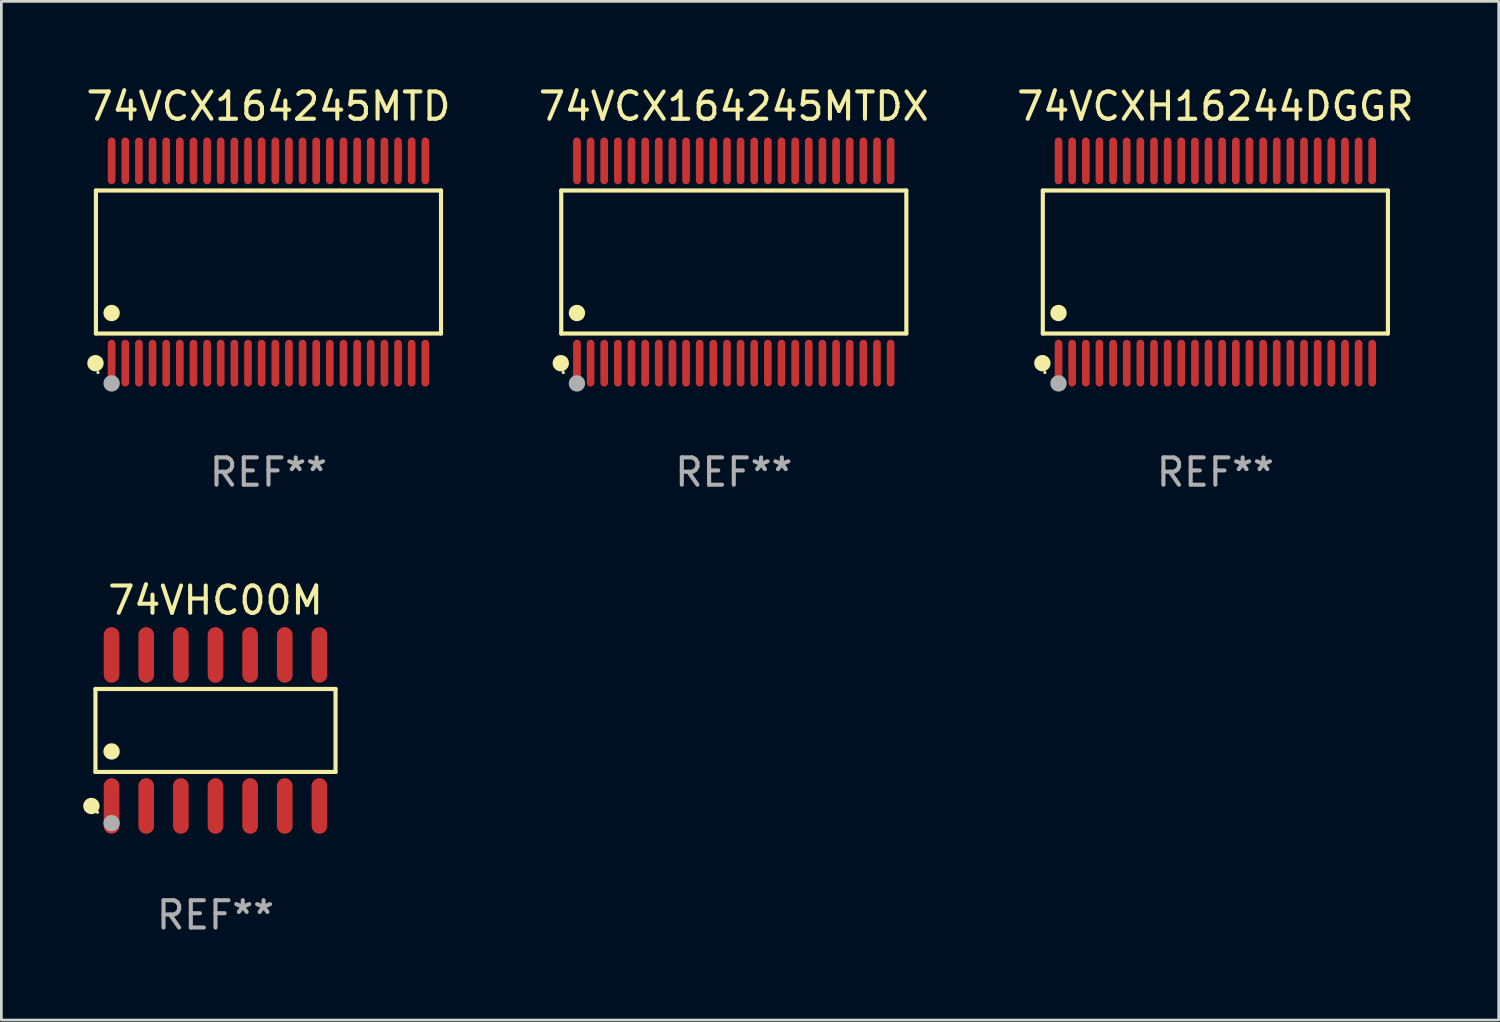
<source format=kicad_pcb>
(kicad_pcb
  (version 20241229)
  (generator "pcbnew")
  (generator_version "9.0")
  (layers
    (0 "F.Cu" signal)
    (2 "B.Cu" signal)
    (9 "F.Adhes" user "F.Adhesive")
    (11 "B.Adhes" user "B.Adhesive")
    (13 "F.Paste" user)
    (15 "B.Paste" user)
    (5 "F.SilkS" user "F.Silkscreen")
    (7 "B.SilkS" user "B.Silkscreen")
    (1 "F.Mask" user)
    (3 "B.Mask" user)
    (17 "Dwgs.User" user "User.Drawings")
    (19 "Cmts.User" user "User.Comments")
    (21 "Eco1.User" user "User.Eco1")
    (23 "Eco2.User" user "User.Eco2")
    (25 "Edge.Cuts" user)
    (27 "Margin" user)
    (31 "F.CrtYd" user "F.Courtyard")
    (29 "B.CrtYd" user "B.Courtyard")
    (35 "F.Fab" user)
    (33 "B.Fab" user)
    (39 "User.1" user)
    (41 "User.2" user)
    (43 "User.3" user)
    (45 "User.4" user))
  (footprint "74VHC00M"
    (layer "F.Cu")
    (at 4.85 23.729)
    (property "Reference" "74VHC00M" (at 0 -4.769 0) (layer "F.SilkS") (effects (font (size 1 1) (thickness 0.15))))
    (attr through_hole)
    (fp_line (start -4.401 -1.521) (end 4.401 -1.521) (stroke (width 0.152) (type solid)) (layer "F.SilkS"))
    (fp_line (start -4.401 1.521) (end -4.401 -1.521) (stroke (width 0.152) (type solid)) (layer "F.SilkS"))
    (fp_line (start 4.401 -1.521) (end 4.401 1.521) (stroke (width 0.152) (type solid)) (layer "F.SilkS"))
    (fp_line (start 4.401 1.521) (end -4.401 1.521) (stroke (width 0.152) (type solid)) (layer "F.SilkS"))
    (fp_circle (center -4.549 2.769) (end -4.399 2.769) (stroke (width 0.3) (type solid)) (fill no) (layer "F.SilkS"))
    (fp_circle (center -4.325 3) (end -4.295 3) (stroke (width 0.06) (type solid)) (fill no) (layer "F.SilkS"))
    (fp_circle (center -3.81 0.769) (end -3.66 0.769) (stroke (width 0.3) (type solid)) (fill no) (layer "F.SilkS"))
    (fp_circle (center -3.81 3.4) (end -3.66 3.4) (stroke (width 0.3) (type solid)) (fill no) (layer "F.Fab"))
    (fp_text user "REF**" (at 0 6.769 0) (layer "F.Fab") (effects (font (size 1 1) (thickness 0.15))))
    (pad "1" smd oval (at -3.81 2.769) (size 0.574 2.038) (layers "F.Cu" "F.Mask" "F.Paste"))
    (pad "2" smd oval (at -2.54 2.769) (size 0.574 2.038) (layers "F.Cu" "F.Mask" "F.Paste"))
    (pad "3" smd oval (at -1.27 2.769) (size 0.574 2.038) (layers "F.Cu" "F.Mask" "F.Paste"))
    (pad "4" smd oval (at 0 2.769) (size 0.574 2.038) (layers "F.Cu" "F.Mask" "F.Paste"))
    (pad "5" smd oval (at 1.27 2.769) (size 0.574 2.038) (layers "F.Cu" "F.Mask" "F.Paste"))
    (pad "6" smd oval (at 2.54 2.769) (size 0.574 2.038) (layers "F.Cu" "F.Mask" "F.Paste"))
    (pad "7" smd oval (at 3.81 2.769) (size 0.574 2.038) (layers "F.Cu" "F.Mask" "F.Paste"))
    (pad "8" smd oval (at 3.81 -2.769) (size 0.574 2.038) (layers "F.Cu" "F.Mask" "F.Paste"))
    (pad "9" smd oval (at 2.54 -2.769) (size 0.574 2.038) (layers "F.Cu" "F.Mask" "F.Paste"))
    (pad "10" smd oval (at 1.27 -2.769) (size 0.574 2.038) (layers "F.Cu" "F.Mask" "F.Paste"))
    (pad "11" smd oval (at 0 -2.769) (size 0.574 2.038) (layers "F.Cu" "F.Mask" "F.Paste"))
    (pad "12" smd oval (at -1.27 -2.769) (size 0.574 2.038) (layers "F.Cu" "F.Mask" "F.Paste"))
    (pad "13" smd oval (at -2.54 -2.769) (size 0.574 2.038) (layers "F.Cu" "F.Mask" "F.Paste"))
    (pad "14" smd oval (at -3.81 -2.769) (size 0.574 2.038) (layers "F.Cu" "F.Mask" "F.Paste")))
  (footprint "74VCX164245MTD"
    (layer "F.Cu")
    (at 6.792 6.556)
    (property "Reference" "74VCX164245MTD" (at 0 -5.708 0) (layer "F.SilkS") (effects (font (size 1 1) (thickness 0.15))))
    (attr through_hole)
    (fp_line (start -6.326 -2.622) (end 6.326 -2.622) (stroke (width 0.152) (type solid)) (layer "F.SilkS"))
    (fp_line (start -6.326 2.621) (end -6.326 -2.622) (stroke (width 0.152) (type solid)) (layer "F.SilkS"))
    (fp_line (start 6.326 -2.622) (end 6.326 2.621) (stroke (width 0.152) (type solid)) (layer "F.SilkS"))
    (fp_line (start 6.326 2.621) (end -6.326 2.621) (stroke (width 0.152) (type solid)) (layer "F.SilkS"))
    (fp_circle (center -6.342 3.708) (end -6.192 3.708) (stroke (width 0.3) (type solid)) (fill no) (layer "F.SilkS"))
    (fp_circle (center -6.25 4.05) (end -6.22 4.05) (stroke (width 0.06) (type solid)) (fill no) (layer "F.SilkS"))
    (fp_circle (center -5.75 1.869) (end -5.6 1.869) (stroke (width 0.3) (type solid)) (fill no) (layer "F.SilkS"))
    (fp_circle (center -5.75 4.45) (end -5.6 4.45) (stroke (width 0.3) (type solid)) (fill no) (layer "F.Fab"))
    (fp_text user "REF**" (at 0 7.708 0) (layer "F.Fab") (effects (font (size 1 1) (thickness 0.15))))
    (pad "1" smd oval (at -5.75 3.708) (size 0.28 1.715) (layers "F.Cu" "F.Mask" "F.Paste"))
    (pad "2" smd oval (at -5.25 3.708) (size 0.28 1.715) (layers "F.Cu" "F.Mask" "F.Paste"))
    (pad "3" smd oval (at -4.75 3.708) (size 0.28 1.715) (layers "F.Cu" "F.Mask" "F.Paste"))
    (pad "4" smd oval (at -4.25 3.708) (size 0.28 1.715) (layers "F.Cu" "F.Mask" "F.Paste"))
    (pad "5" smd oval (at -3.75 3.708) (size 0.28 1.715) (layers "F.Cu" "F.Mask" "F.Paste"))
    (pad "6" smd oval (at -3.25 3.708) (size 0.28 1.715) (layers "F.Cu" "F.Mask" "F.Paste"))
    (pad "7" smd oval (at -2.75 3.708) (size 0.28 1.715) (layers "F.Cu" "F.Mask" "F.Paste"))
    (pad "8" smd oval (at -2.25 3.708) (size 0.28 1.715) (layers "F.Cu" "F.Mask" "F.Paste"))
    (pad "9" smd oval (at -1.75 3.708) (size 0.28 1.715) (layers "F.Cu" "F.Mask" "F.Paste"))
    (pad "10" smd oval (at -1.25 3.708) (size 0.28 1.715) (layers "F.Cu" "F.Mask" "F.Paste"))
    (pad "11" smd oval (at -0.75 3.708) (size 0.28 1.715) (layers "F.Cu" "F.Mask" "F.Paste"))
    (pad "12" smd oval (at -0.25 3.708) (size 0.28 1.715) (layers "F.Cu" "F.Mask" "F.Paste"))
    (pad "13" smd oval (at 0.25 3.708) (size 0.28 1.715) (layers "F.Cu" "F.Mask" "F.Paste"))
    (pad "14" smd oval (at 0.75 3.708) (size 0.28 1.715) (layers "F.Cu" "F.Mask" "F.Paste"))
    (pad "15" smd oval (at 1.25 3.708) (size 0.28 1.715) (layers "F.Cu" "F.Mask" "F.Paste"))
    (pad "16" smd oval (at 1.75 3.708) (size 0.28 1.715) (layers "F.Cu" "F.Mask" "F.Paste"))
    (pad "17" smd oval (at 2.25 3.708) (size 0.28 1.715) (layers "F.Cu" "F.Mask" "F.Paste"))
    (pad "18" smd oval (at 2.75 3.708) (size 0.28 1.715) (layers "F.Cu" "F.Mask" "F.Paste"))
    (pad "19" smd oval (at 3.25 3.708) (size 0.28 1.715) (layers "F.Cu" "F.Mask" "F.Paste"))
    (pad "20" smd oval (at 3.75 3.708) (size 0.28 1.715) (layers "F.Cu" "F.Mask" "F.Paste"))
    (pad "21" smd oval (at 4.25 3.708) (size 0.28 1.715) (layers "F.Cu" "F.Mask" "F.Paste"))
    (pad "22" smd oval (at 4.75 3.708) (size 0.28 1.715) (layers "F.Cu" "F.Mask" "F.Paste"))
    (pad "23" smd oval (at 5.25 3.708) (size 0.28 1.715) (layers "F.Cu" "F.Mask" "F.Paste"))
    (pad "24" smd oval (at 5.75 3.708) (size 0.28 1.715) (layers "F.Cu" "F.Mask" "F.Paste"))
    (pad "25" smd oval (at 5.75 -3.708) (size 0.28 1.715) (layers "F.Cu" "F.Mask" "F.Paste"))
    (pad "26" smd oval (at 5.25 -3.708) (size 0.28 1.715) (layers "F.Cu" "F.Mask" "F.Paste"))
    (pad "27" smd oval (at 4.75 -3.708) (size 0.28 1.715) (layers "F.Cu" "F.Mask" "F.Paste"))
    (pad "28" smd oval (at 4.25 -3.708) (size 0.28 1.715) (layers "F.Cu" "F.Mask" "F.Paste"))
    (pad "29" smd oval (at 3.75 -3.708) (size 0.28 1.715) (layers "F.Cu" "F.Mask" "F.Paste"))
    (pad "30" smd oval (at 3.25 -3.708) (size 0.28 1.715) (layers "F.Cu" "F.Mask" "F.Paste"))
    (pad "31" smd oval (at 2.75 -3.708) (size 0.28 1.715) (layers "F.Cu" "F.Mask" "F.Paste"))
    (pad "32" smd oval (at 2.25 -3.708) (size 0.28 1.715) (layers "F.Cu" "F.Mask" "F.Paste"))
    (pad "33" smd oval (at 1.75 -3.708) (size 0.28 1.715) (layers "F.Cu" "F.Mask" "F.Paste"))
    (pad "34" smd oval (at 1.25 -3.708) (size 0.28 1.715) (layers "F.Cu" "F.Mask" "F.Paste"))
    (pad "35" smd oval (at 0.75 -3.708) (size 0.28 1.715) (layers "F.Cu" "F.Mask" "F.Paste"))
    (pad "36" smd oval (at 0.25 -3.708) (size 0.28 1.715) (layers "F.Cu" "F.Mask" "F.Paste"))
    (pad "37" smd oval (at -0.25 -3.708) (size 0.28 1.715) (layers "F.Cu" "F.Mask" "F.Paste"))
    (pad "38" smd oval (at -0.75 -3.708) (size 0.28 1.715) (layers "F.Cu" "F.Mask" "F.Paste"))
    (pad "39" smd oval (at -1.25 -3.708) (size 0.28 1.715) (layers "F.Cu" "F.Mask" "F.Paste"))
    (pad "40" smd oval (at -1.75 -3.708) (size 0.28 1.715) (layers "F.Cu" "F.Mask" "F.Paste"))
    (pad "41" smd oval (at -2.25 -3.708) (size 0.28 1.715) (layers "F.Cu" "F.Mask" "F.Paste"))
    (pad "42" smd oval (at -2.75 -3.708) (size 0.28 1.715) (layers "F.Cu" "F.Mask" "F.Paste"))
    (pad "43" smd oval (at -3.25 -3.708) (size 0.28 1.715) (layers "F.Cu" "F.Mask" "F.Paste"))
    (pad "44" smd oval (at -3.75 -3.708) (size 0.28 1.715) (layers "F.Cu" "F.Mask" "F.Paste"))
    (pad "45" smd oval (at -4.25 -3.708) (size 0.28 1.715) (layers "F.Cu" "F.Mask" "F.Paste"))
    (pad "46" smd oval (at -4.75 -3.708) (size 0.28 1.715) (layers "F.Cu" "F.Mask" "F.Paste"))
    (pad "47" smd oval (at -5.25 -3.708) (size 0.28 1.715) (layers "F.Cu" "F.Mask" "F.Paste"))
    (pad "48" smd oval (at -5.75 -3.708) (size 0.28 1.715) (layers "F.Cu" "F.Mask" "F.Paste")))
  (footprint "74VCX164245MTDX"
    (layer "F.Cu")
    (at 23.851 6.556)
    (property "Reference" "74VCX164245MTDX" (at 0 -5.708 0) (layer "F.SilkS") (effects (font (size 1 1) (thickness 0.15))))
    (attr through_hole)
    (fp_line (start -6.326 -2.622) (end 6.326 -2.622) (stroke (width 0.152) (type solid)) (layer "F.SilkS"))
    (fp_line (start -6.326 2.621) (end -6.326 -2.622) (stroke (width 0.152) (type solid)) (layer "F.SilkS"))
    (fp_line (start 6.326 -2.622) (end 6.326 2.621) (stroke (width 0.152) (type solid)) (layer "F.SilkS"))
    (fp_line (start 6.326 2.621) (end -6.326 2.621) (stroke (width 0.152) (type solid)) (layer "F.SilkS"))
    (fp_circle (center -6.342 3.708) (end -6.192 3.708) (stroke (width 0.3) (type solid)) (fill no) (layer "F.SilkS"))
    (fp_circle (center -6.25 4.05) (end -6.22 4.05) (stroke (width 0.06) (type solid)) (fill no) (layer "F.SilkS"))
    (fp_circle (center -5.75 1.869) (end -5.6 1.869) (stroke (width 0.3) (type solid)) (fill no) (layer "F.SilkS"))
    (fp_circle (center -5.75 4.45) (end -5.6 4.45) (stroke (width 0.3) (type solid)) (fill no) (layer "F.Fab"))
    (fp_text user "REF**" (at 0 7.708 0) (layer "F.Fab") (effects (font (size 1 1) (thickness 0.15))))
    (pad "1" smd oval (at -5.75 3.708) (size 0.28 1.715) (layers "F.Cu" "F.Mask" "F.Paste"))
    (pad "2" smd oval (at -5.25 3.708) (size 0.28 1.715) (layers "F.Cu" "F.Mask" "F.Paste"))
    (pad "3" smd oval (at -4.75 3.708) (size 0.28 1.715) (layers "F.Cu" "F.Mask" "F.Paste"))
    (pad "4" smd oval (at -4.25 3.708) (size 0.28 1.715) (layers "F.Cu" "F.Mask" "F.Paste"))
    (pad "5" smd oval (at -3.75 3.708) (size 0.28 1.715) (layers "F.Cu" "F.Mask" "F.Paste"))
    (pad "6" smd oval (at -3.25 3.708) (size 0.28 1.715) (layers "F.Cu" "F.Mask" "F.Paste"))
    (pad "7" smd oval (at -2.75 3.708) (size 0.28 1.715) (layers "F.Cu" "F.Mask" "F.Paste"))
    (pad "8" smd oval (at -2.25 3.708) (size 0.28 1.715) (layers "F.Cu" "F.Mask" "F.Paste"))
    (pad "9" smd oval (at -1.75 3.708) (size 0.28 1.715) (layers "F.Cu" "F.Mask" "F.Paste"))
    (pad "10" smd oval (at -1.25 3.708) (size 0.28 1.715) (layers "F.Cu" "F.Mask" "F.Paste"))
    (pad "11" smd oval (at -0.75 3.708) (size 0.28 1.715) (layers "F.Cu" "F.Mask" "F.Paste"))
    (pad "12" smd oval (at -0.25 3.708) (size 0.28 1.715) (layers "F.Cu" "F.Mask" "F.Paste"))
    (pad "13" smd oval (at 0.25 3.708) (size 0.28 1.715) (layers "F.Cu" "F.Mask" "F.Paste"))
    (pad "14" smd oval (at 0.75 3.708) (size 0.28 1.715) (layers "F.Cu" "F.Mask" "F.Paste"))
    (pad "15" smd oval (at 1.25 3.708) (size 0.28 1.715) (layers "F.Cu" "F.Mask" "F.Paste"))
    (pad "16" smd oval (at 1.75 3.708) (size 0.28 1.715) (layers "F.Cu" "F.Mask" "F.Paste"))
    (pad "17" smd oval (at 2.25 3.708) (size 0.28 1.715) (layers "F.Cu" "F.Mask" "F.Paste"))
    (pad "18" smd oval (at 2.75 3.708) (size 0.28 1.715) (layers "F.Cu" "F.Mask" "F.Paste"))
    (pad "19" smd oval (at 3.25 3.708) (size 0.28 1.715) (layers "F.Cu" "F.Mask" "F.Paste"))
    (pad "20" smd oval (at 3.75 3.708) (size 0.28 1.715) (layers "F.Cu" "F.Mask" "F.Paste"))
    (pad "21" smd oval (at 4.25 3.708) (size 0.28 1.715) (layers "F.Cu" "F.Mask" "F.Paste"))
    (pad "22" smd oval (at 4.75 3.708) (size 0.28 1.715) (layers "F.Cu" "F.Mask" "F.Paste"))
    (pad "23" smd oval (at 5.25 3.708) (size 0.28 1.715) (layers "F.Cu" "F.Mask" "F.Paste"))
    (pad "24" smd oval (at 5.75 3.708) (size 0.28 1.715) (layers "F.Cu" "F.Mask" "F.Paste"))
    (pad "25" smd oval (at 5.75 -3.708) (size 0.28 1.715) (layers "F.Cu" "F.Mask" "F.Paste"))
    (pad "26" smd oval (at 5.25 -3.708) (size 0.28 1.715) (layers "F.Cu" "F.Mask" "F.Paste"))
    (pad "27" smd oval (at 4.75 -3.708) (size 0.28 1.715) (layers "F.Cu" "F.Mask" "F.Paste"))
    (pad "28" smd oval (at 4.25 -3.708) (size 0.28 1.715) (layers "F.Cu" "F.Mask" "F.Paste"))
    (pad "29" smd oval (at 3.75 -3.708) (size 0.28 1.715) (layers "F.Cu" "F.Mask" "F.Paste"))
    (pad "30" smd oval (at 3.25 -3.708) (size 0.28 1.715) (layers "F.Cu" "F.Mask" "F.Paste"))
    (pad "31" smd oval (at 2.75 -3.708) (size 0.28 1.715) (layers "F.Cu" "F.Mask" "F.Paste"))
    (pad "32" smd oval (at 2.25 -3.708) (size 0.28 1.715) (layers "F.Cu" "F.Mask" "F.Paste"))
    (pad "33" smd oval (at 1.75 -3.708) (size 0.28 1.715) (layers "F.Cu" "F.Mask" "F.Paste"))
    (pad "34" smd oval (at 1.25 -3.708) (size 0.28 1.715) (layers "F.Cu" "F.Mask" "F.Paste"))
    (pad "35" smd oval (at 0.75 -3.708) (size 0.28 1.715) (layers "F.Cu" "F.Mask" "F.Paste"))
    (pad "36" smd oval (at 0.25 -3.708) (size 0.28 1.715) (layers "F.Cu" "F.Mask" "F.Paste"))
    (pad "37" smd oval (at -0.25 -3.708) (size 0.28 1.715) (layers "F.Cu" "F.Mask" "F.Paste"))
    (pad "38" smd oval (at -0.75 -3.708) (size 0.28 1.715) (layers "F.Cu" "F.Mask" "F.Paste"))
    (pad "39" smd oval (at -1.25 -3.708) (size 0.28 1.715) (layers "F.Cu" "F.Mask" "F.Paste"))
    (pad "40" smd oval (at -1.75 -3.708) (size 0.28 1.715) (layers "F.Cu" "F.Mask" "F.Paste"))
    (pad "41" smd oval (at -2.25 -3.708) (size 0.28 1.715) (layers "F.Cu" "F.Mask" "F.Paste"))
    (pad "42" smd oval (at -2.75 -3.708) (size 0.28 1.715) (layers "F.Cu" "F.Mask" "F.Paste"))
    (pad "43" smd oval (at -3.25 -3.708) (size 0.28 1.715) (layers "F.Cu" "F.Mask" "F.Paste"))
    (pad "44" smd oval (at -3.75 -3.708) (size 0.28 1.715) (layers "F.Cu" "F.Mask" "F.Paste"))
    (pad "45" smd oval (at -4.25 -3.708) (size 0.28 1.715) (layers "F.Cu" "F.Mask" "F.Paste"))
    (pad "46" smd oval (at -4.75 -3.708) (size 0.28 1.715) (layers "F.Cu" "F.Mask" "F.Paste"))
    (pad "47" smd oval (at -5.25 -3.708) (size 0.28 1.715) (layers "F.Cu" "F.Mask" "F.Paste"))
    (pad "48" smd oval (at -5.75 -3.708) (size 0.28 1.715) (layers "F.Cu" "F.Mask" "F.Paste")))
  (footprint "74VCXH16244DGGR"
    (layer "F.Cu")
    (at 41.506 6.556)
    (property "Reference" "74VCXH16244DGGR" (at 0 -5.708 0) (layer "F.SilkS") (effects (font (size 1 1) (thickness 0.15))))
    (attr through_hole)
    (fp_line (start -6.326 -2.622) (end 6.326 -2.622) (stroke (width 0.152) (type solid)) (layer "F.SilkS"))
    (fp_line (start -6.326 2.621) (end -6.326 -2.622) (stroke (width 0.152) (type solid)) (layer "F.SilkS"))
    (fp_line (start 6.326 -2.622) (end 6.326 2.621) (stroke (width 0.152) (type solid)) (layer "F.SilkS"))
    (fp_line (start 6.326 2.621) (end -6.326 2.621) (stroke (width 0.152) (type solid)) (layer "F.SilkS"))
    (fp_circle (center -6.342 3.708) (end -6.192 3.708) (stroke (width 0.3) (type solid)) (fill no) (layer "F.SilkS"))
    (fp_circle (center -6.25 4.05) (end -6.22 4.05) (stroke (width 0.06) (type solid)) (fill no) (layer "F.SilkS"))
    (fp_circle (center -5.75 1.869) (end -5.6 1.869) (stroke (width 0.3) (type solid)) (fill no) (layer "F.SilkS"))
    (fp_circle (center -5.75 4.45) (end -5.6 4.45) (stroke (width 0.3) (type solid)) (fill no) (layer "F.Fab"))
    (fp_text user "REF**" (at 0 7.708 0) (layer "F.Fab") (effects (font (size 1 1) (thickness 0.15))))
    (pad "1" smd oval (at -5.75 3.708) (size 0.28 1.715) (layers "F.Cu" "F.Mask" "F.Paste"))
    (pad "2" smd oval (at -5.25 3.708) (size 0.28 1.715) (layers "F.Cu" "F.Mask" "F.Paste"))
    (pad "3" smd oval (at -4.75 3.708) (size 0.28 1.715) (layers "F.Cu" "F.Mask" "F.Paste"))
    (pad "4" smd oval (at -4.25 3.708) (size 0.28 1.715) (layers "F.Cu" "F.Mask" "F.Paste"))
    (pad "5" smd oval (at -3.75 3.708) (size 0.28 1.715) (layers "F.Cu" "F.Mask" "F.Paste"))
    (pad "6" smd oval (at -3.25 3.708) (size 0.28 1.715) (layers "F.Cu" "F.Mask" "F.Paste"))
    (pad "7" smd oval (at -2.75 3.708) (size 0.28 1.715) (layers "F.Cu" "F.Mask" "F.Paste"))
    (pad "8" smd oval (at -2.25 3.708) (size 0.28 1.715) (layers "F.Cu" "F.Mask" "F.Paste"))
    (pad "9" smd oval (at -1.75 3.708) (size 0.28 1.715) (layers "F.Cu" "F.Mask" "F.Paste"))
    (pad "10" smd oval (at -1.25 3.708) (size 0.28 1.715) (layers "F.Cu" "F.Mask" "F.Paste"))
    (pad "11" smd oval (at -0.75 3.708) (size 0.28 1.715) (layers "F.Cu" "F.Mask" "F.Paste"))
    (pad "12" smd oval (at -0.25 3.708) (size 0.28 1.715) (layers "F.Cu" "F.Mask" "F.Paste"))
    (pad "13" smd oval (at 0.25 3.708) (size 0.28 1.715) (layers "F.Cu" "F.Mask" "F.Paste"))
    (pad "14" smd oval (at 0.75 3.708) (size 0.28 1.715) (layers "F.Cu" "F.Mask" "F.Paste"))
    (pad "15" smd oval (at 1.25 3.708) (size 0.28 1.715) (layers "F.Cu" "F.Mask" "F.Paste"))
    (pad "16" smd oval (at 1.75 3.708) (size 0.28 1.715) (layers "F.Cu" "F.Mask" "F.Paste"))
    (pad "17" smd oval (at 2.25 3.708) (size 0.28 1.715) (layers "F.Cu" "F.Mask" "F.Paste"))
    (pad "18" smd oval (at 2.75 3.708) (size 0.28 1.715) (layers "F.Cu" "F.Mask" "F.Paste"))
    (pad "19" smd oval (at 3.25 3.708) (size 0.28 1.715) (layers "F.Cu" "F.Mask" "F.Paste"))
    (pad "20" smd oval (at 3.75 3.708) (size 0.28 1.715) (layers "F.Cu" "F.Mask" "F.Paste"))
    (pad "21" smd oval (at 4.25 3.708) (size 0.28 1.715) (layers "F.Cu" "F.Mask" "F.Paste"))
    (pad "22" smd oval (at 4.75 3.708) (size 0.28 1.715) (layers "F.Cu" "F.Mask" "F.Paste"))
    (pad "23" smd oval (at 5.25 3.708) (size 0.28 1.715) (layers "F.Cu" "F.Mask" "F.Paste"))
    (pad "24" smd oval (at 5.75 3.708) (size 0.28 1.715) (layers "F.Cu" "F.Mask" "F.Paste"))
    (pad "25" smd oval (at 5.75 -3.708) (size 0.28 1.715) (layers "F.Cu" "F.Mask" "F.Paste"))
    (pad "26" smd oval (at 5.25 -3.708) (size 0.28 1.715) (layers "F.Cu" "F.Mask" "F.Paste"))
    (pad "27" smd oval (at 4.75 -3.708) (size 0.28 1.715) (layers "F.Cu" "F.Mask" "F.Paste"))
    (pad "28" smd oval (at 4.25 -3.708) (size 0.28 1.715) (layers "F.Cu" "F.Mask" "F.Paste"))
    (pad "29" smd oval (at 3.75 -3.708) (size 0.28 1.715) (layers "F.Cu" "F.Mask" "F.Paste"))
    (pad "30" smd oval (at 3.25 -3.708) (size 0.28 1.715) (layers "F.Cu" "F.Mask" "F.Paste"))
    (pad "31" smd oval (at 2.75 -3.708) (size 0.28 1.715) (layers "F.Cu" "F.Mask" "F.Paste"))
    (pad "32" smd oval (at 2.25 -3.708) (size 0.28 1.715) (layers "F.Cu" "F.Mask" "F.Paste"))
    (pad "33" smd oval (at 1.75 -3.708) (size 0.28 1.715) (layers "F.Cu" "F.Mask" "F.Paste"))
    (pad "34" smd oval (at 1.25 -3.708) (size 0.28 1.715) (layers "F.Cu" "F.Mask" "F.Paste"))
    (pad "35" smd oval (at 0.75 -3.708) (size 0.28 1.715) (layers "F.Cu" "F.Mask" "F.Paste"))
    (pad "36" smd oval (at 0.25 -3.708) (size 0.28 1.715) (layers "F.Cu" "F.Mask" "F.Paste"))
    (pad "37" smd oval (at -0.25 -3.708) (size 0.28 1.715) (layers "F.Cu" "F.Mask" "F.Paste"))
    (pad "38" smd oval (at -0.75 -3.708) (size 0.28 1.715) (layers "F.Cu" "F.Mask" "F.Paste"))
    (pad "39" smd oval (at -1.25 -3.708) (size 0.28 1.715) (layers "F.Cu" "F.Mask" "F.Paste"))
    (pad "40" smd oval (at -1.75 -3.708) (size 0.28 1.715) (layers "F.Cu" "F.Mask" "F.Paste"))
    (pad "41" smd oval (at -2.25 -3.708) (size 0.28 1.715) (layers "F.Cu" "F.Mask" "F.Paste"))
    (pad "42" smd oval (at -2.75 -3.708) (size 0.28 1.715) (layers "F.Cu" "F.Mask" "F.Paste"))
    (pad "43" smd oval (at -3.25 -3.708) (size 0.28 1.715) (layers "F.Cu" "F.Mask" "F.Paste"))
    (pad "44" smd oval (at -3.75 -3.708) (size 0.28 1.715) (layers "F.Cu" "F.Mask" "F.Paste"))
    (pad "45" smd oval (at -4.25 -3.708) (size 0.28 1.715) (layers "F.Cu" "F.Mask" "F.Paste"))
    (pad "46" smd oval (at -4.75 -3.708) (size 0.28 1.715) (layers "F.Cu" "F.Mask" "F.Paste"))
    (pad "47" smd oval (at -5.25 -3.708) (size 0.28 1.715) (layers "F.Cu" "F.Mask" "F.Paste"))
    (pad "48" smd oval (at -5.75 -3.708) (size 0.28 1.715) (layers "F.Cu" "F.Mask" "F.Paste")))
  (gr_rect
    (start -3 -3)
    (end 51.893 34.346)
    (stroke (width 0.1) (type default))
    (fill no)
    (layer "Edge.Cuts")))
</source>
